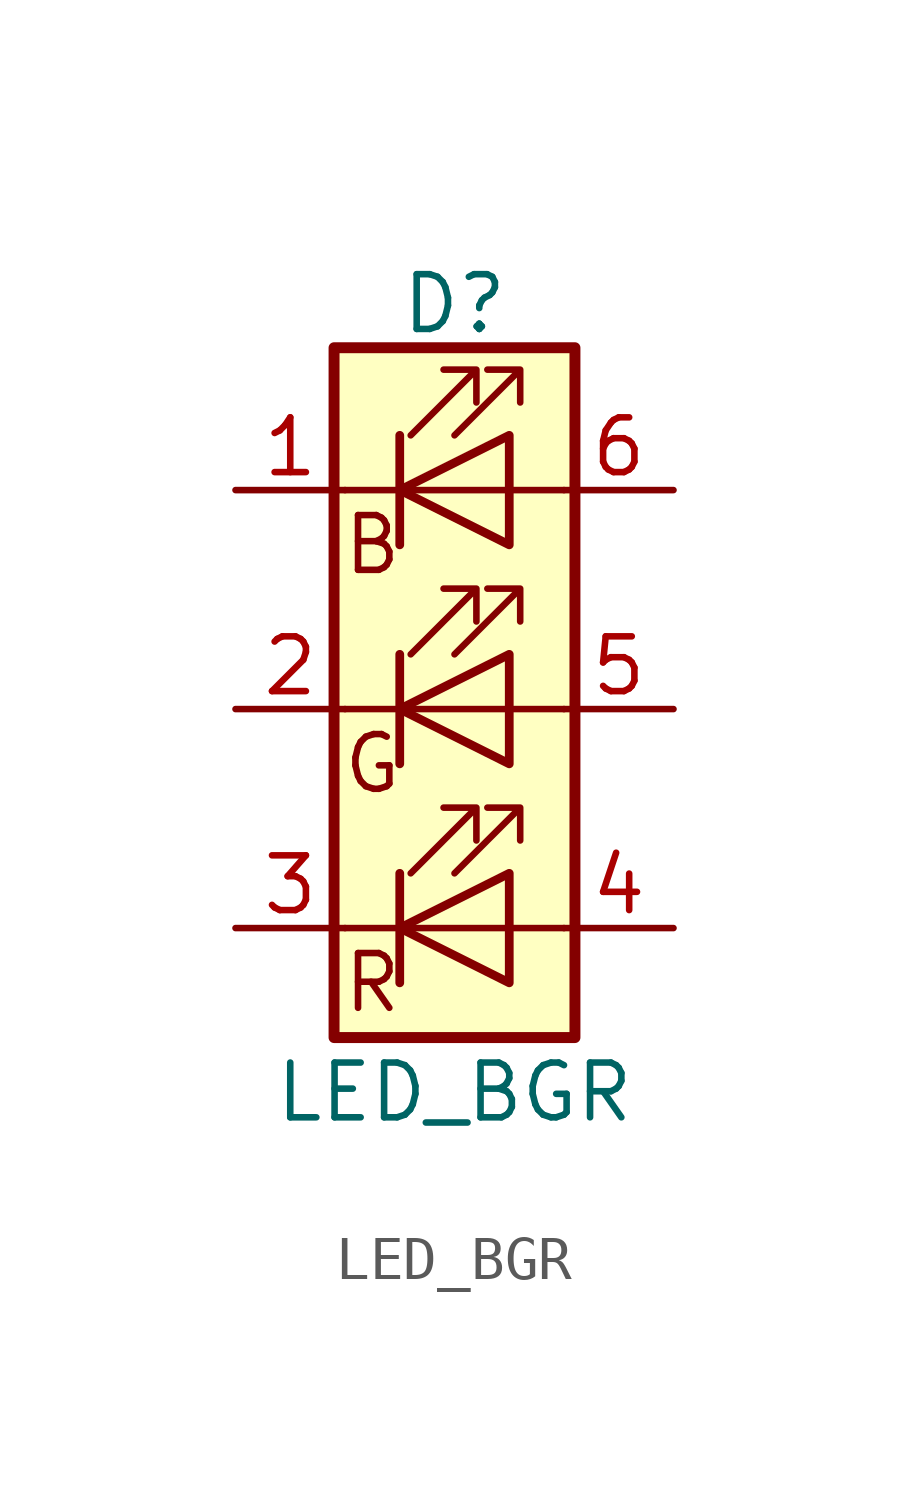
<source format=kicad_sym>
(kicad_symbol_lib
  (version 20211014)
  (generator kicad_symbol_editor)
  (symbol "LED_BGR"
    (pin_names
      (offset 0) hide)
    (property "Reference" "D"
      (at 0 9.398 0)
      (effects (font (size 1.27 1.27))))
    (property "Value" "LED_BGR"
      (at 0 -8.89 0)
      (effects (font (size 1.27 1.27))))
    (symbol "LED_BGR_0_0"
      (text "B" (at -1.905 3.81 0) (effects (font (size 1.27 1.27))))
      (text "G" (at -1.905 -1.27 0) (effects (font (size 1.27 1.27))))
      (text "R" (at -1.905 -6.35 0) (effects (font (size 1.27 1.27)))))
    (symbol "LED_BGR_0_1"
      (polyline (pts (xy -1.27 -5.08) (xy -2.54 -5.08)) (stroke (width 0) (type default) (color 0 0 0 0)) (fill (type none)))
      (polyline (pts (xy -1.27 -5.08) (xy 1.27 -5.08)) (stroke (width 0) (type default) (color 0 0 0 0)) (fill (type none)))
      (polyline (pts (xy -1.27 -3.81) (xy -1.27 -6.35)) (stroke (width 0) (type default) (color 0 0 0 0)) (fill (type none)))
      (polyline (pts (xy -1.27 -3.81) (xy -1.27 -6.35)) (stroke (width 0.203) (type default) (color 0 0 0 0)) (fill (type none)))
      (polyline (pts (xy -1.27 0) (xy -2.54 0)) (stroke (width 0) (type default) (color 0 0 0 0)) (fill (type none)))
      (polyline (pts (xy -1.27 1.27) (xy -1.27 -1.27)) (stroke (width 0.203) (type default) (color 0 0 0 0)) (fill (type none)))
      (polyline (pts (xy -1.27 5.08) (xy -2.54 5.08)) (stroke (width 0) (type default) (color 0 0 0 0)) (fill (type none)))
      (polyline (pts (xy -1.27 5.08) (xy 1.27 5.08)) (stroke (width 0) (type default) (color 0 0 0 0)) (fill (type none)))
      (polyline (pts (xy -1.27 6.35) (xy -1.27 3.81)) (stroke (width 0.203) (type default) (color 0 0 0 0)) (fill (type none)))
      (polyline (pts (xy 1.27 -5.08) (xy 2.54 -5.08)) (stroke (width 0) (type default) (color 0 0 0 0)) (fill (type none)))
      (polyline (pts (xy 1.27 0) (xy -1.27 0)) (stroke (width 0) (type default) (color 0 0 0 0)) (fill (type none)))
      (polyline (pts (xy 1.27 0) (xy 2.54 0)) (stroke (width 0) (type default) (color 0 0 0 0)) (fill (type none)))
      (polyline (pts (xy 1.27 5.08) (xy 2.54 5.08)) (stroke (width 0) (type default) (color 0 0 0 0)) (fill (type none)))
      (polyline (pts (xy -1.27 1.27) (xy -1.27 -1.27) (xy -1.27 -1.27)) (stroke (width 0) (type default) (color 0 0 0 0)) (fill (type none)))
      (polyline (pts (xy -1.27 6.35) (xy -1.27 3.81) (xy -1.27 3.81)) (stroke (width 0) (type default) (color 0 0 0 0)) (fill (type none)))
      (polyline (pts (xy 1.27 -3.81) (xy 1.27 -6.35) (xy -1.27 -5.08) (xy 1.27 -3.81)) (stroke (width 0.203) (type default) (color 0 0 0 0)) (fill (type none)))
      (polyline (pts (xy 1.27 1.27) (xy 1.27 -1.27) (xy -1.27 0) (xy 1.27 1.27)) (stroke (width 0.203) (type default) (color 0 0 0 0)) (fill (type none)))
      (polyline (pts (xy 1.27 6.35) (xy 1.27 3.81) (xy -1.27 5.08) (xy 1.27 6.35)) (stroke (width 0.203) (type default) (color 0 0 0 0)) (fill (type none)))
      (polyline (pts (xy -1.016 -3.81) (xy 0.508 -2.286) (xy -0.254 -2.286) (xy 0.508 -2.286) (xy 0.508 -3.048)) (stroke (width 0) (type default) (color 0 0 0 0)) (fill (type none)))
      (polyline (pts (xy -1.016 1.27) (xy 0.508 2.794) (xy -0.254 2.794) (xy 0.508 2.794) (xy 0.508 2.032)) (stroke (width 0) (type default) (color 0 0 0 0)) (fill (type none)))
      (polyline (pts (xy -1.016 6.35) (xy 0.508 7.874) (xy -0.254 7.874) (xy 0.508 7.874) (xy 0.508 7.112)) (stroke (width 0) (type default) (color 0 0 0 0)) (fill (type none)))
      (polyline (pts (xy 0 -3.81) (xy 1.524 -2.286) (xy 0.762 -2.286) (xy 1.524 -2.286) (xy 1.524 -3.048)) (stroke (width 0) (type default) (color 0 0 0 0)) (fill (type none)))
      (polyline (pts (xy 0 1.27) (xy 1.524 2.794) (xy 0.762 2.794) (xy 1.524 2.794) (xy 1.524 2.032)) (stroke (width 0) (type default) (color 0 0 0 0)) (fill (type none)))
      (polyline (pts (xy 0 6.35) (xy 1.524 7.874) (xy 0.762 7.874) (xy 1.524 7.874) (xy 1.524 7.112)) (stroke (width 0) (type default) (color 0 0 0 0)) (fill (type none)))
      (rectangle (start 1.27 -1.27) (end 1.27 1.27) (stroke (width 0) (type default) (color 0 0 0 0)) (fill (type none)))
      (rectangle (start 1.27 1.27) (end 1.27 1.27) (stroke (width 0) (type default) (color 0 0 0 0)) (fill (type none)))
      (rectangle (start 1.27 3.81) (end 1.27 6.35) (stroke (width 0) (type default) (color 0 0 0 0)) (fill (type none)))
      (rectangle (start 1.27 6.35) (end 1.27 6.35) (stroke (width 0) (type default) (color 0 0 0 0)) (fill (type none)))
      (rectangle (start 2.794 8.382) (end -2.794 -7.62) (stroke (width 0.254) (type default) (color 0 0 0 0)) (fill (type background))))
    (symbol "LED_BGR_1_1"
      (pin passive line (at -5.08 5.08 0) (length 2.54) (name "BK" (effects (font (size 1.27 1.27)))) (number "1" (effects (font (size 1.27 1.27)))))
      (pin passive line (at -5.08 0 0) (length 2.54) (name "GK" (effects (font (size 1.27 1.27)))) (number "2" (effects (font (size 1.27 1.27)))))
      (pin passive line (at -5.08 -5.08 0) (length 2.54) (name "RK" (effects (font (size 1.27 1.27)))) (number "3" (effects (font (size 1.27 1.27)))))
      (pin passive line (at 5.08 -5.08 180) (length 2.54) (name "RA" (effects (font (size 1.27 1.27)))) (number "4" (effects (font (size 1.27 1.27)))))
      (pin passive line (at 5.08 0 180) (length 2.54) (name "GA" (effects (font (size 1.27 1.27)))) (number "5" (effects (font (size 1.27 1.27)))))
      (pin passive line (at 5.08 5.08 180) (length 2.54) (name "BA" (effects (font (size 1.27 1.27)))) (number "6" (effects (font (size 1.27 1.27))))))))
</source>
